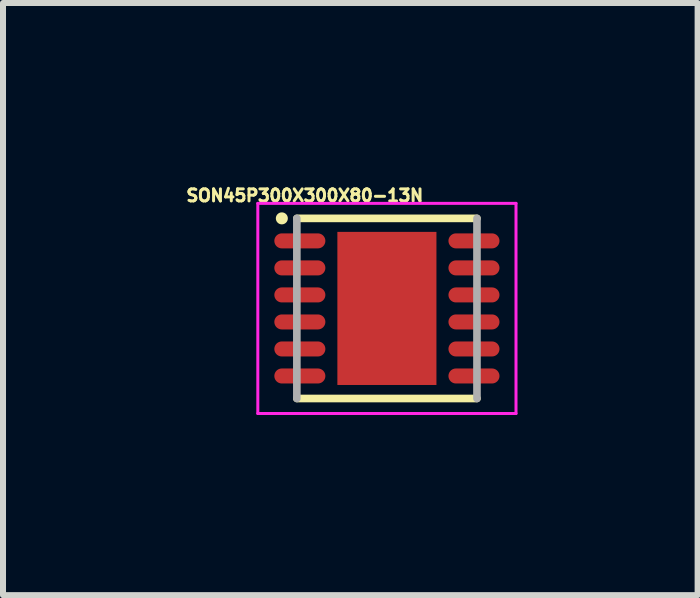
<source format=kicad_pcb>
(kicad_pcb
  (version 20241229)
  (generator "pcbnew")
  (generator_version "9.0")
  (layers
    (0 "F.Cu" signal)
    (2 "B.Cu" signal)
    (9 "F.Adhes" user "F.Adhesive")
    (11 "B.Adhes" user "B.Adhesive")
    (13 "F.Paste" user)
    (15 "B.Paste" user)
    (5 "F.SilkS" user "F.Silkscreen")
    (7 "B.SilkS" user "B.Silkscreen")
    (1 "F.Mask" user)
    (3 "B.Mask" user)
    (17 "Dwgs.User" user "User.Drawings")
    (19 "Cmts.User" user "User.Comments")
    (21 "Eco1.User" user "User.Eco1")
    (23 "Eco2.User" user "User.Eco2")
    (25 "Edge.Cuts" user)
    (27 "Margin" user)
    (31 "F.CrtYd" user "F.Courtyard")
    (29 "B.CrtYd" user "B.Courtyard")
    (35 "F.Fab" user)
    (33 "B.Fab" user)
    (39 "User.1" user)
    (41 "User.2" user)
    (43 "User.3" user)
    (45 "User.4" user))
  (footprint "SON45P300X300X80-13N"
    (layer "F.Cu")
    (at 3.394 2.087)
    (property "Reference" "SON45P300X300X80-13N" (at -1.368 -1.881 0) (layer "F.SilkS") (effects (font (size 0.2 0.2) (thickness 0.15))))
    (attr smd)
    (fp_line (start -1.5 -1.5) (end 1.5 -1.5) (stroke (width 0.127) (type solid)) (layer "F.SilkS"))
    (fp_line (start -1.5 1.5) (end 1.5 1.5) (stroke (width 0.127) (type solid)) (layer "F.SilkS"))
    (fp_circle (center -1.75 -1.5) (end -1.65 -1.5) (stroke (width 0) (type solid)) (fill yes) (layer "F.SilkS"))
    (fp_poly (pts (xy -0.461 -0.91) (xy 0.46 -0.91) (xy 0.46 0.912) (xy -0.461 0.912)) (stroke (width 0.01) (type solid)) (fill yes) (layer "F.Paste"))
    (fp_line (start -2.15 -1.75) (end 2.15 -1.75) (stroke (width 0.05) (type solid)) (layer "F.CrtYd"))
    (fp_line (start -2.15 1.75) (end -2.15 -1.75) (stroke (width 0.05) (type solid)) (layer "F.CrtYd"))
    (fp_line (start 2.15 -1.75) (end 2.15 1.75) (stroke (width 0.05) (type solid)) (layer "F.CrtYd"))
    (fp_line (start 2.15 1.75) (end -2.15 1.75) (stroke (width 0.05) (type solid)) (layer "F.CrtYd"))
    (fp_line (start -1.5 -1.5) (end -1.5 1.5) (stroke (width 0.127) (type solid)) (layer "F.Fab"))
    (fp_line (start 1.5 1.5) (end 1.5 -1.5) (stroke (width 0.127) (type solid)) (layer "F.Fab"))
    (pad "1" smd oval (at -1.45 -1.125) (size 0.85 0.25) (layers "F.Cu" "F.Mask" "F.Paste"))
    (pad "2" smd oval (at -1.45 -0.675) (size 0.85 0.25) (layers "F.Cu" "F.Mask" "F.Paste"))
    (pad "3" smd oval (at -1.45 -0.225) (size 0.85 0.25) (layers "F.Cu" "F.Mask" "F.Paste"))
    (pad "4" smd oval (at -1.45 0.225) (size 0.85 0.25) (layers "F.Cu" "F.Mask" "F.Paste"))
    (pad "5" smd oval (at -1.45 0.675) (size 0.85 0.25) (layers "F.Cu" "F.Mask" "F.Paste"))
    (pad "6" smd oval (at -1.45 1.125) (size 0.85 0.25) (layers "F.Cu" "F.Mask" "F.Paste"))
    (pad "7" smd oval (at 1.45 1.125 180) (size 0.85 0.25) (layers "F.Cu" "F.Mask" "F.Paste"))
    (pad "8" smd oval (at 1.45 0.675 180) (size 0.85 0.25) (layers "F.Cu" "F.Mask" "F.Paste"))
    (pad "9" smd oval (at 1.45 0.225 180) (size 0.85 0.25) (layers "F.Cu" "F.Mask" "F.Paste"))
    (pad "10" smd oval (at 1.45 -0.225 180) (size 0.85 0.25) (layers "F.Cu" "F.Mask" "F.Paste"))
    (pad "11" smd oval (at 1.45 -0.675 180) (size 0.85 0.25) (layers "F.Cu" "F.Mask" "F.Paste"))
    (pad "12" smd oval (at 1.45 -1.125 180) (size 0.85 0.25) (layers "F.Cu" "F.Mask" "F.Paste"))
    (pad "13" smd rect (at 0 0 180) (size 1.65 2.55) (layers "F.Cu" "F.Mask")))
  (gr_rect
    (start -3 -3)
    (end 8.569 6.862)
    (stroke (width 0.1) (type default))
    (fill no)
    (layer "Edge.Cuts")))
</source>
